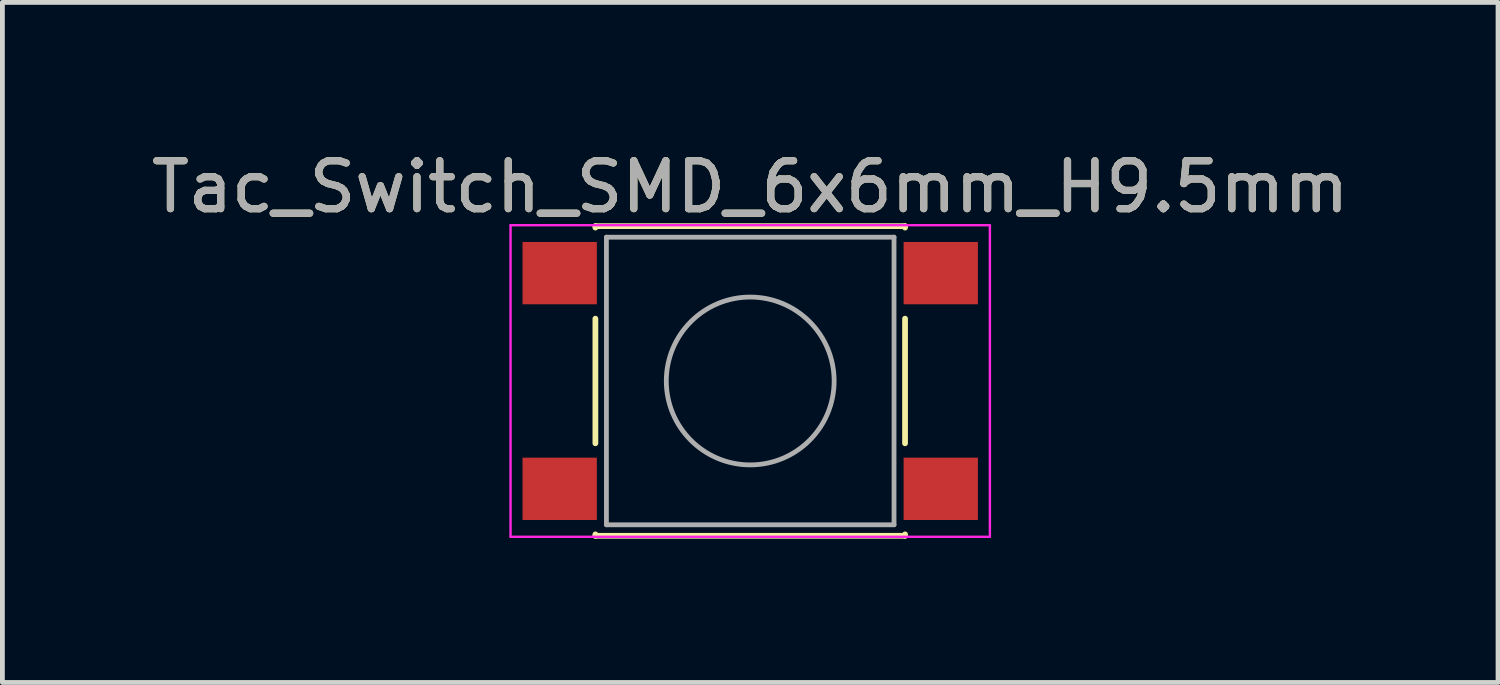
<source format=kicad_pcb>
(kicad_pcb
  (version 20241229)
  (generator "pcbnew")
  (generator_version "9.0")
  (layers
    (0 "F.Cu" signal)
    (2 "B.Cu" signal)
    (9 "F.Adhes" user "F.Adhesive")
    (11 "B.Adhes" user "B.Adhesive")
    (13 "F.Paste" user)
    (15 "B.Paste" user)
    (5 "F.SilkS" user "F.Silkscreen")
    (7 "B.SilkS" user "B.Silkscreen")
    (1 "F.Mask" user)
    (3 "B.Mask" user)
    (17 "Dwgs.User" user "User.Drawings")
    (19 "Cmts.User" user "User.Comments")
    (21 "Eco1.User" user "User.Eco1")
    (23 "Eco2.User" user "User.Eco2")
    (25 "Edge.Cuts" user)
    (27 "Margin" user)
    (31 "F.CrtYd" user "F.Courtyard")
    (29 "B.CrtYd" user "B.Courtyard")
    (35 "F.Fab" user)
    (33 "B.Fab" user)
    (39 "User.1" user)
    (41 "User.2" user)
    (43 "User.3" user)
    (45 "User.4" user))
  (footprint "Tac_Switch_SMD_6x6mm_H9.5mm"
    (layer "F.Cu")
    (at 12.601 4.898)
    (property "Reference" "Tac_Switch_SMD_6x6mm_H9.5mm" (at 0 -4.05 0) (layer "F.SilkS") (effects (font (size 1 1) (thickness 0.15))))
    (attr smd)
    (fp_line (start -3.23 -3.23) (end 3.23 -3.23) (stroke (width 0.12) (type solid)) (layer "F.SilkS"))
    (fp_line (start -3.23 -3.2) (end -3.23 -3.23) (stroke (width 0.12) (type solid)) (layer "F.SilkS"))
    (fp_line (start -3.23 -1.3) (end -3.23 1.3) (stroke (width 0.12) (type solid)) (layer "F.SilkS"))
    (fp_line (start -3.23 3.23) (end -3.23 3.2) (stroke (width 0.12) (type solid)) (layer "F.SilkS"))
    (fp_line (start -3.23 3.23) (end 3.23 3.23) (stroke (width 0.12) (type solid)) (layer "F.SilkS"))
    (fp_line (start 3.23 -3.23) (end 3.23 -3.2) (stroke (width 0.12) (type solid)) (layer "F.SilkS"))
    (fp_line (start 3.23 -1.3) (end 3.23 1.3) (stroke (width 0.12) (type solid)) (layer "F.SilkS"))
    (fp_line (start 3.23 3.23) (end 3.23 3.2) (stroke (width 0.12) (type solid)) (layer "F.SilkS"))
    (fp_line (start -5 -3.25) (end -5 3.25) (stroke (width 0.05) (type solid)) (layer "F.CrtYd"))
    (fp_line (start -5 -3.25) (end 5 -3.25) (stroke (width 0.05) (type solid)) (layer "F.CrtYd"))
    (fp_line (start -5 3.25) (end 5 3.25) (stroke (width 0.05) (type solid)) (layer "F.CrtYd"))
    (fp_line (start 5 3.25) (end 5 -3.25) (stroke (width 0.05) (type solid)) (layer "F.CrtYd"))
    (fp_line (start -3 -3) (end -3 3) (stroke (width 0.1) (type solid)) (layer "F.Fab"))
    (fp_line (start -3 3) (end 3 3) (stroke (width 0.1) (type solid)) (layer "F.Fab"))
    (fp_line (start 3 -3) (end -3 -3) (stroke (width 0.1) (type solid)) (layer "F.Fab"))
    (fp_line (start 3 3) (end 3 -3) (stroke (width 0.1) (type solid)) (layer "F.Fab"))
    (fp_circle (center 0 0) (end 1.75 -0.05) (stroke (width 0.1) (type solid)) (fill no) (layer "F.Fab"))
    (fp_text user "${REFERENCE}" (at 0 -4.05 0) (layer "F.Fab") (effects (font (size 1 1) (thickness 0.15))))
    (pad "1" smd rect (at -3.975 -2.25) (size 1.55 1.3) (layers "F.Cu" "F.Mask" "F.Paste"))
    (pad "2" smd rect (at 3.975 -2.25) (size 1.55 1.3) (layers "F.Cu" "F.Mask" "F.Paste"))
    (pad "3" smd rect (at -3.975 2.25) (size 1.55 1.3) (layers "F.Cu" "F.Mask" "F.Paste"))
    (pad "4" smd rect (at 3.975 2.25) (size 1.55 1.3) (layers "F.Cu" "F.Mask" "F.Paste")))
  (gr_rect
    (start -3 -3)
    (end 28.202 11.188)
    (stroke (width 0.1) (type default))
    (fill no)
    (layer "Edge.Cuts")))
</source>
